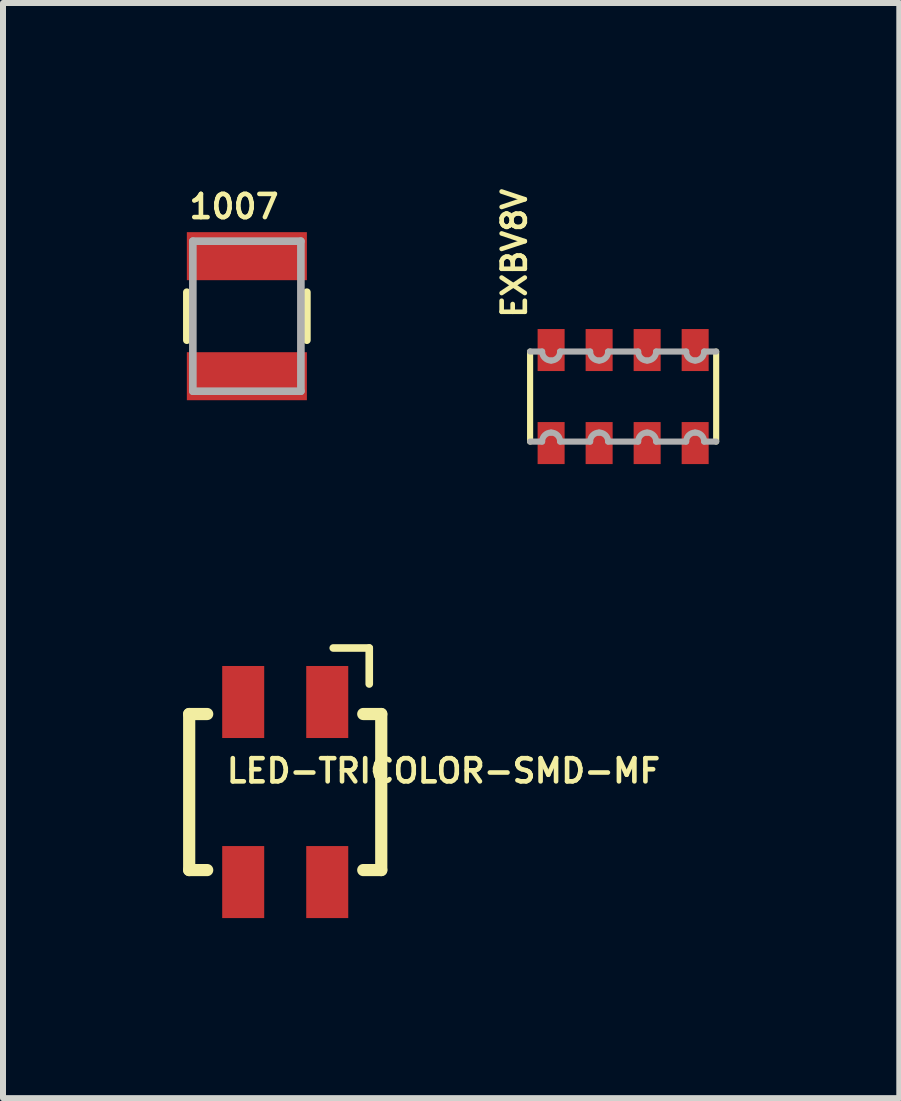
<source format=kicad_pcb>
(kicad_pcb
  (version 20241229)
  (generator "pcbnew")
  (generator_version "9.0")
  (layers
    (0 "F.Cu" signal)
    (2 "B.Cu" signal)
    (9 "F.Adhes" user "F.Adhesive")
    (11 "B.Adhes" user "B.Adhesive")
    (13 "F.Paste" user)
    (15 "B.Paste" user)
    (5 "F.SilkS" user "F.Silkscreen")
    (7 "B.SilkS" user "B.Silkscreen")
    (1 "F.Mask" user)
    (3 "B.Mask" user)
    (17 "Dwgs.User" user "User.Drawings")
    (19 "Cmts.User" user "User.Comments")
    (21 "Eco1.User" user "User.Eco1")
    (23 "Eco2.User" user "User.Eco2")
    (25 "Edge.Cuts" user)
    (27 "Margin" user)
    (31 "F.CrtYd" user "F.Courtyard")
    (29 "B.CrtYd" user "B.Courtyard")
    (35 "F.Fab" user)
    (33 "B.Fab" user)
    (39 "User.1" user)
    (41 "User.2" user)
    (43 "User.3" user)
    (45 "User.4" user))
  (footprint "LED-TRICOLOR-SMD-MF"
    (layer "F.Cu")
    (at 1.702 10.146)
    (property "Reference" "LED-TRICOLOR-SMD-MF" (at -1.016 -0.127 0) (layer "F.SilkS") (effects (font (size 0.386 0.386) (thickness 0.077)) (justify left bottom)))
    (attr through_hole)
    (fp_line (start -1.6 -1.3) (end -1.6 1.3) (stroke (width 0.203) (type solid)) (layer "F.SilkS"))
    (fp_line (start -1.6 1.3) (end -1.3 1.3) (stroke (width 0.203) (type solid)) (layer "F.SilkS"))
    (fp_line (start -1.3 -1.3) (end -1.6 -1.3) (stroke (width 0.203) (type solid)) (layer "F.SilkS"))
    (fp_line (start 1.3 -1.3) (end 1.6 -1.3) (stroke (width 0.203) (type solid)) (layer "F.SilkS"))
    (fp_line (start 1.4 -2.4) (end 0.8 -2.4) (stroke (width 0.127) (type solid)) (layer "F.SilkS"))
    (fp_line (start 1.4 -1.8) (end 1.4 -2.4) (stroke (width 0.127) (type solid)) (layer "F.SilkS"))
    (fp_line (start 1.6 -1.3) (end 1.6 1.3) (stroke (width 0.203) (type solid)) (layer "F.SilkS"))
    (fp_line (start 1.6 1.3) (end 1.3 1.3) (stroke (width 0.203) (type solid)) (layer "F.SilkS"))
    (pad "A" smd rect (at 0.7 -1.5) (size 0.7 1.2) (layers "F.Cu" "F.Mask" "F.Paste"))
    (pad "B" smd rect (at 0.7 1.5) (size 0.7 1.2) (layers "F.Cu" "F.Mask" "F.Paste"))
    (pad "G" smd rect (at -0.7 1.5) (size 0.7 1.2) (layers "F.Cu" "F.Mask" "F.Paste"))
    (pad "R" smd rect (at -0.7 -1.5) (size 0.7 1.2) (layers "F.Cu" "F.Mask" "F.Paste")))
  (footprint "1007"
    (layer "F.Cu")
    (at 1.063 2.218)
    (property "Reference" "1007" (at -1 -1.6 180) (layer "F.SilkS") (effects (font (size 0.386 0.386) (thickness 0.077)) (justify left bottom)))
    (attr through_hole)
    (fp_line (start -1 0.4) (end -1 -0.4) (stroke (width 0.127) (type solid)) (layer "F.SilkS"))
    (fp_line (start 1 0.4) (end 1 -0.4) (stroke (width 0.127) (type solid)) (layer "F.SilkS"))
    (fp_line (start -0.9 -1.25) (end -0.9 1.25) (stroke (width 0.127) (type solid)) (layer "F.Fab"))
    (fp_line (start -0.9 1.25) (end 0.9 1.25) (stroke (width 0.127) (type solid)) (layer "F.Fab"))
    (fp_line (start 0.9 -1.25) (end -0.9 -1.25) (stroke (width 0.127) (type solid)) (layer "F.Fab"))
    (fp_line (start 0.9 1.25) (end 0.9 -1.25) (stroke (width 0.127) (type solid)) (layer "F.Fab"))
    (pad "1" smd rect (at 0 -1) (size 2 0.8) (layers "F.Cu" "F.Mask" "F.Paste"))
    (pad "2" smd rect (at 0 1) (size 2 0.8) (layers "F.Cu" "F.Mask" "F.Paste")))
  (footprint "EXBV8V"
    (layer "F.Cu")
    (at 7.332 3.557)
    (property "Reference" "EXBV8V" (at -1.587 -1.27 90) (layer "F.SilkS") (effects (font (size 0.386 0.386) (thickness 0.077)) (justify left bottom)))
    (attr through_hole)
    (fp_line (start -1.55 0.75) (end -1.55 -0.75) (stroke (width 0.102) (type solid)) (layer "F.SilkS"))
    (fp_line (start 1.55 -0.75) (end 1.55 0.75) (stroke (width 0.102) (type solid)) (layer "F.SilkS"))
    (fp_line (start -1.55 -0.75) (end -1.35 -0.75) (stroke (width 0.102) (type solid)) (layer "F.Fab"))
    (fp_line (start -1.35 0.75) (end -1.55 0.75) (stroke (width 0.102) (type solid)) (layer "F.Fab"))
    (fp_line (start -1.05 -0.75) (end -0.55 -0.75) (stroke (width 0.102) (type solid)) (layer "F.Fab"))
    (fp_line (start -0.55 0.75) (end -1.05 0.75) (stroke (width 0.102) (type solid)) (layer "F.Fab"))
    (fp_line (start -0.25 -0.75) (end 0.25 -0.75) (stroke (width 0.102) (type solid)) (layer "F.Fab"))
    (fp_line (start 0.25 0.75) (end -0.25 0.75) (stroke (width 0.102) (type solid)) (layer "F.Fab"))
    (fp_line (start 0.55 -0.75) (end 1.05 -0.75) (stroke (width 0.102) (type solid)) (layer "F.Fab"))
    (fp_line (start 1.05 0.75) (end 0.55 0.75) (stroke (width 0.102) (type solid)) (layer "F.Fab"))
    (fp_line (start 1.35 -0.75) (end 1.55 -0.75) (stroke (width 0.102) (type solid)) (layer "F.Fab"))
    (fp_line (start 1.55 0.75) (end 1.35 0.75) (stroke (width 0.102) (type solid)) (layer "F.Fab"))
    (fp_arc (start -1.35 0.75) (mid -1.306066 0.643934) (end -1.2 0.6) (stroke (width 0.1016) (type solid)) (layer "F.Fab"))
    (fp_arc (start -1.2 -0.6) (mid -1.306066 -0.643934) (end -1.35 -0.75) (stroke (width 0.1016) (type solid)) (layer "F.Fab"))
    (fp_arc (start -1.2 0.6) (mid -1.093934 0.643934) (end -1.05 0.75) (stroke (width 0.1016) (type solid)) (layer "F.Fab"))
    (fp_arc (start -1.05 -0.75) (mid -1.093934 -0.643934) (end -1.2 -0.6) (stroke (width 0.1016) (type solid)) (layer "F.Fab"))
    (fp_arc (start -0.55 0.75) (mid -0.506066 0.643934) (end -0.4 0.6) (stroke (width 0.1016) (type solid)) (layer "F.Fab"))
    (fp_arc (start -0.4 -0.6) (mid -0.506066 -0.643934) (end -0.55 -0.75) (stroke (width 0.1016) (type solid)) (layer "F.Fab"))
    (fp_arc (start -0.4 0.6) (mid -0.293934 0.643934) (end -0.25 0.75) (stroke (width 0.1016) (type solid)) (layer "F.Fab"))
    (fp_arc (start -0.25 -0.75) (mid -0.293934 -0.643934) (end -0.4 -0.6) (stroke (width 0.1016) (type solid)) (layer "F.Fab"))
    (fp_arc (start 0.25 0.75) (mid 0.293934 0.643934) (end 0.4 0.6) (stroke (width 0.1016) (type solid)) (layer "F.Fab"))
    (fp_arc (start 0.4 -0.6) (mid 0.293934 -0.643934) (end 0.25 -0.75) (stroke (width 0.1016) (type solid)) (layer "F.Fab"))
    (fp_arc (start 0.4 0.6) (mid 0.506066 0.643934) (end 0.55 0.75) (stroke (width 0.1016) (type solid)) (layer "F.Fab"))
    (fp_arc (start 0.55 -0.75) (mid 0.506066 -0.643934) (end 0.4 -0.6) (stroke (width 0.1016) (type solid)) (layer "F.Fab"))
    (fp_arc (start 1.05 0.75) (mid 1.093934 0.643934) (end 1.2 0.6) (stroke (width 0.1016) (type solid)) (layer "F.Fab"))
    (fp_arc (start 1.2 -0.6) (mid 1.093934 -0.643934) (end 1.05 -0.75) (stroke (width 0.1016) (type solid)) (layer "F.Fab"))
    (fp_arc (start 1.2 0.6) (mid 1.306066 0.643934) (end 1.35 0.75) (stroke (width 0.1016) (type solid)) (layer "F.Fab"))
    (fp_arc (start 1.35 -0.75) (mid 1.306066 -0.643934) (end 1.2 -0.6) (stroke (width 0.1016) (type solid)) (layer "F.Fab"))
    (pad "1" smd rect (at -1.2 0.775) (size 0.45 0.7) (layers "F.Cu" "F.Mask" "F.Paste"))
    (pad "2" smd rect (at -0.4 0.775) (size 0.45 0.7) (layers "F.Cu" "F.Mask" "F.Paste"))
    (pad "3" smd rect (at 0.4 0.775) (size 0.45 0.7) (layers "F.Cu" "F.Mask" "F.Paste"))
    (pad "4" smd rect (at 1.2 0.775) (size 0.45 0.7) (layers "F.Cu" "F.Mask" "F.Paste"))
    (pad "5" smd rect (at 1.2 -0.775 180) (size 0.45 0.7) (layers "F.Cu" "F.Mask" "F.Paste"))
    (pad "6" smd rect (at 0.4 -0.775 180) (size 0.45 0.7) (layers "F.Cu" "F.Mask" "F.Paste"))
    (pad "7" smd rect (at -0.4 -0.775 180) (size 0.45 0.7) (layers "F.Cu" "F.Mask" "F.Paste"))
    (pad "8" smd rect (at -1.2 -0.775 180) (size 0.45 0.7) (layers "F.Cu" "F.Mask" "F.Paste")))
  (gr_rect
    (start -3 -3)
    (end 11.933 15.246)
    (stroke (width 0.1) (type default))
    (fill no)
    (layer "Edge.Cuts")))
</source>
